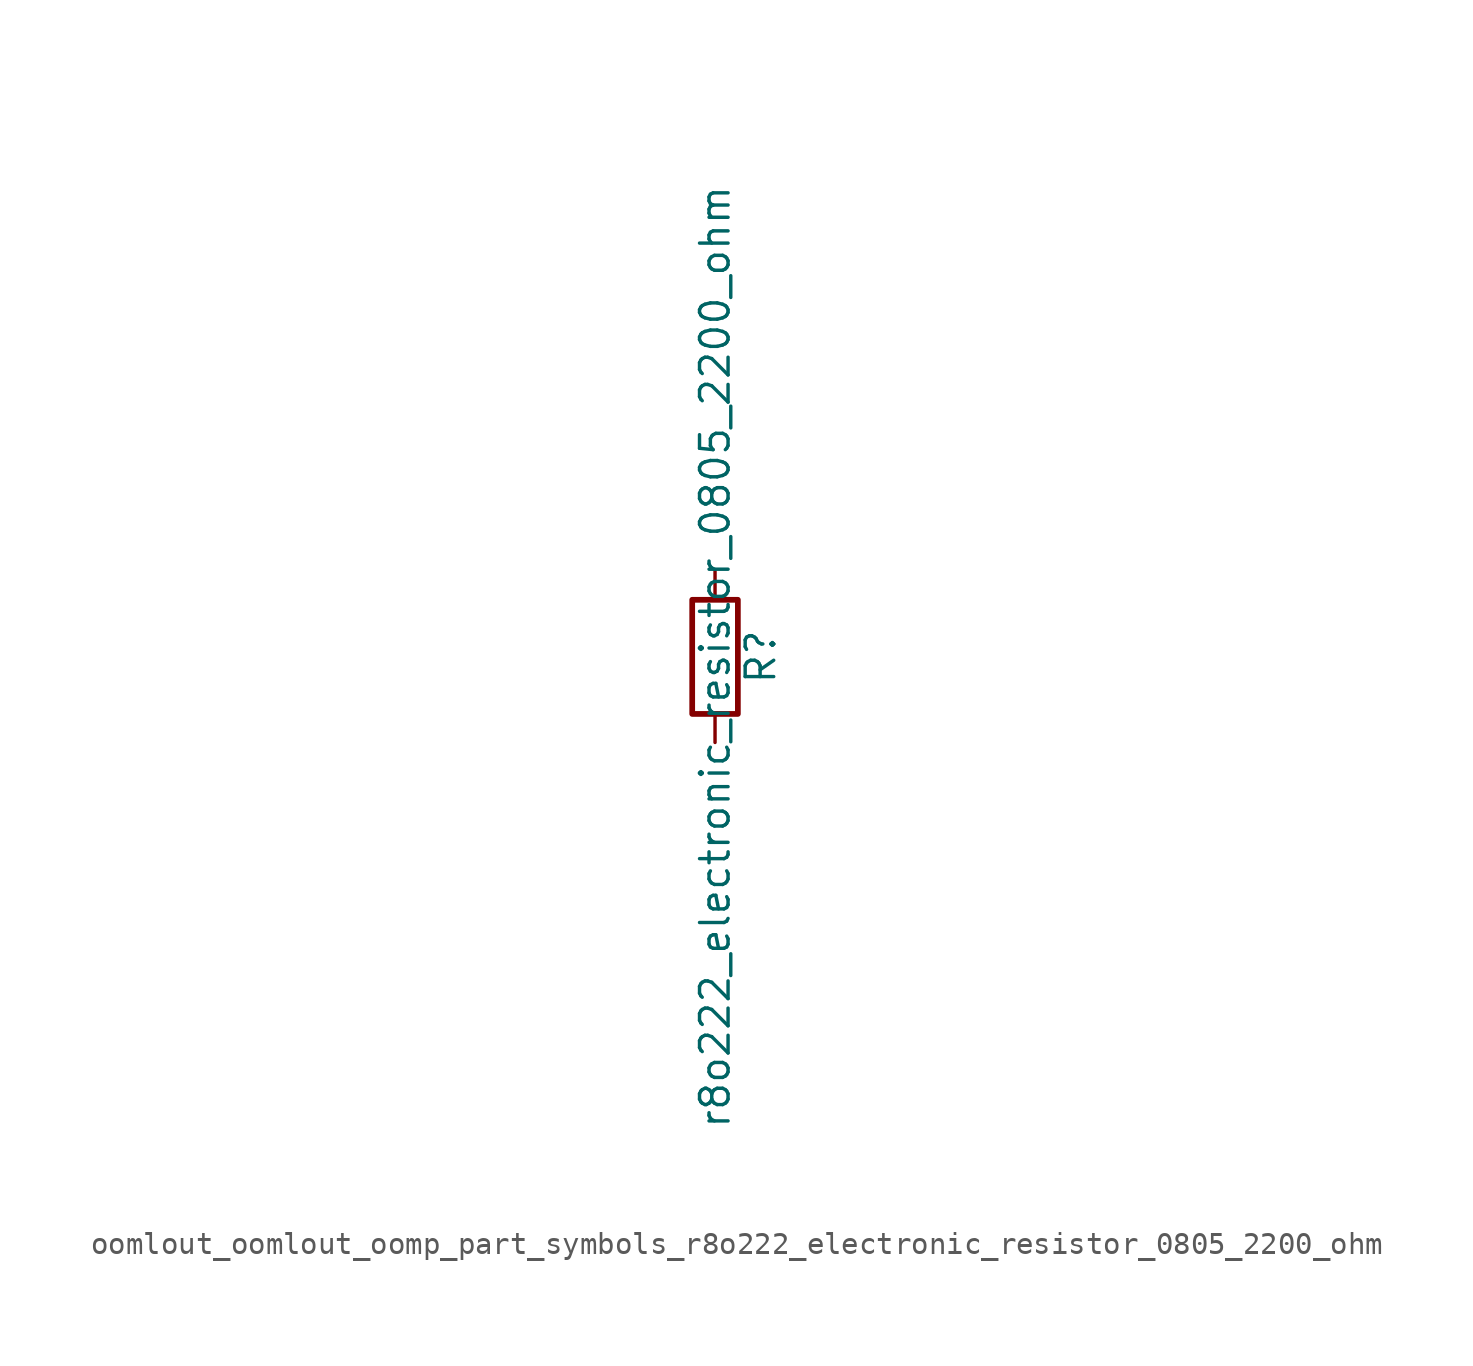
<source format=kicad_sym>
(kicad_symbol_lib
  (version 20220914)
  (generator kicad_symbol_editor)
  (symbol "oomlout_oomlout_oomp_part_symbols_r8o222_electronic_resistor_0805_2200_ohm"
    (pin_numbers hide)
    (pin_names
      (offset 0))
    (property "Reference" "R"
      (at 2.032 0 90)
      (effects (font (size 1.27 1.27))))
    (property "Value" "r8o222_electronic_resistor_0805_2200_ohm"
      (at 0 0 90)
      (effects (font (size 1.27 1.27))))
    (symbol "oomlout_oomlout_oomp_part_symbols_r8o222_electronic_resistor_0805_2200_ohm_0_1"
      (rectangle (start -1.016 -2.54) (end 1.016 2.54) (stroke (width 0.254) (type default)) (fill (type none))))
    (symbol "oomlout_oomlout_oomp_part_symbols_r8o222_electronic_resistor_0805_2200_ohm_1_1"
      (pin passive line (at 0 3.81 270) (length 1.27) (name "~" (effects (font (size 1.27 1.27)))) (number "1" (effects (font (size 1.27 1.27)))))
      (pin passive line (at 0 -3.81 90) (length 1.27) (name "~" (effects (font (size 1.27 1.27)))) (number "2" (effects (font (size 1.27 1.27))))))))
</source>
